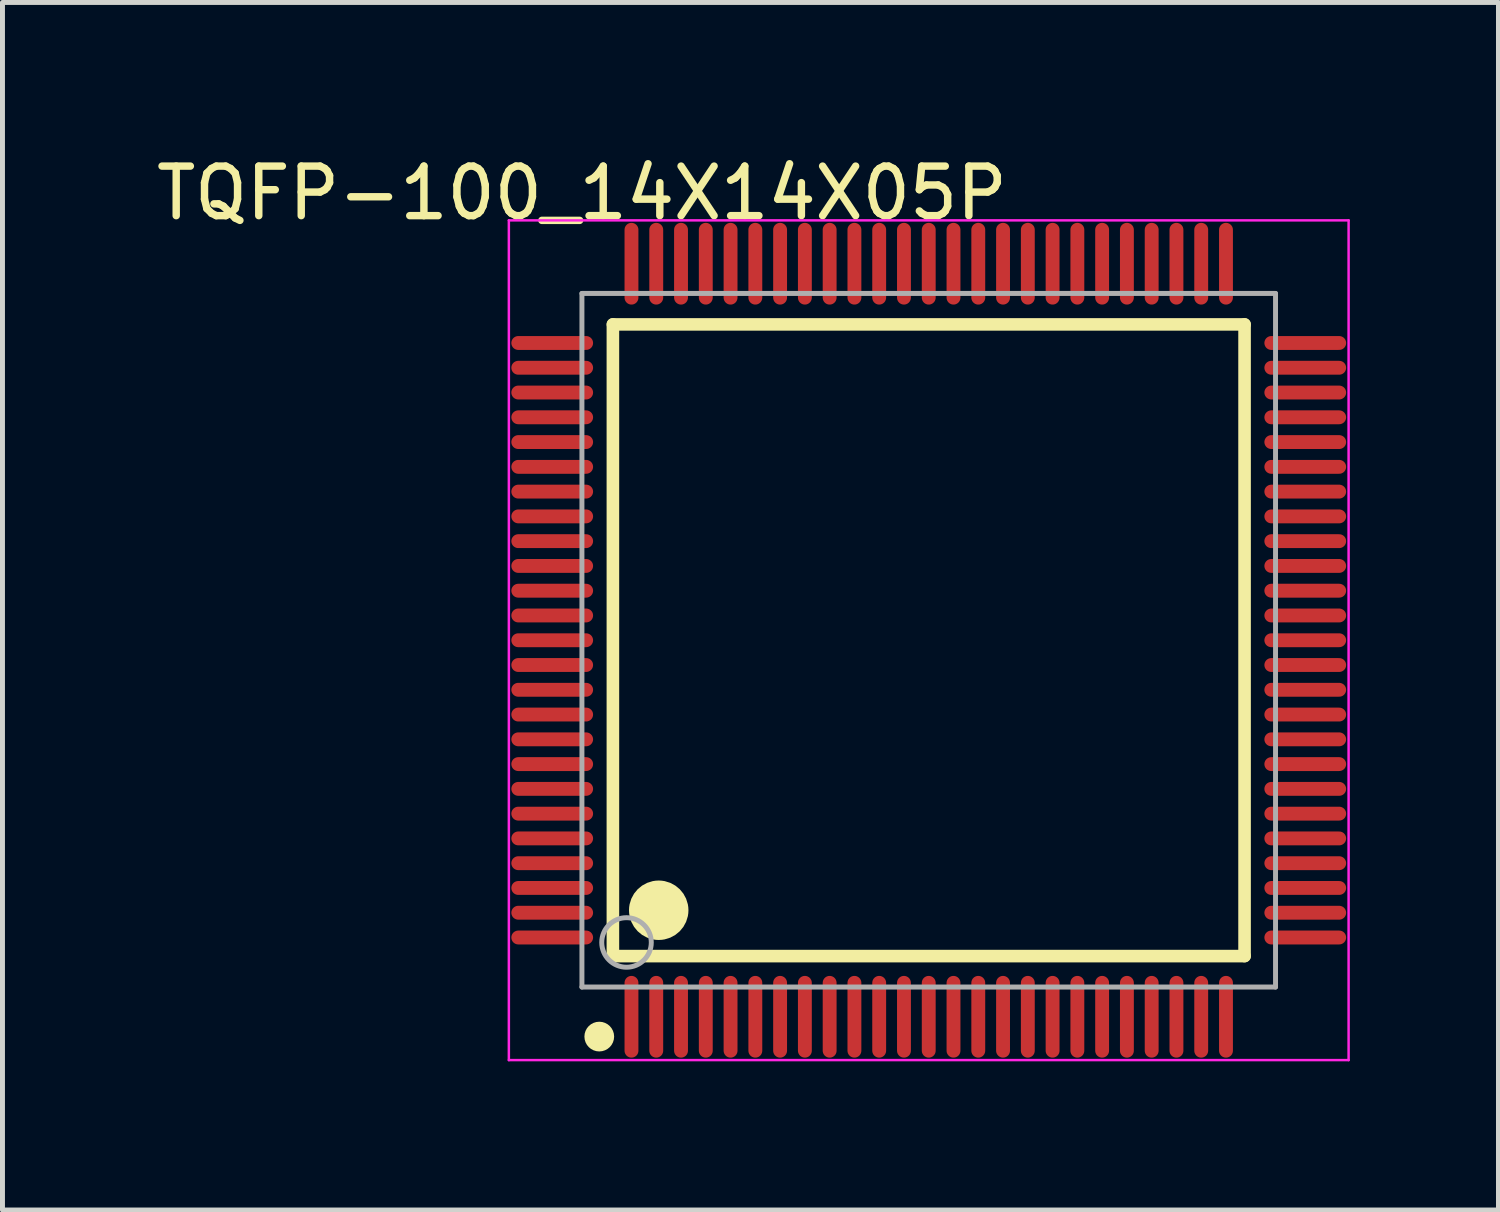
<source format=kicad_pcb>
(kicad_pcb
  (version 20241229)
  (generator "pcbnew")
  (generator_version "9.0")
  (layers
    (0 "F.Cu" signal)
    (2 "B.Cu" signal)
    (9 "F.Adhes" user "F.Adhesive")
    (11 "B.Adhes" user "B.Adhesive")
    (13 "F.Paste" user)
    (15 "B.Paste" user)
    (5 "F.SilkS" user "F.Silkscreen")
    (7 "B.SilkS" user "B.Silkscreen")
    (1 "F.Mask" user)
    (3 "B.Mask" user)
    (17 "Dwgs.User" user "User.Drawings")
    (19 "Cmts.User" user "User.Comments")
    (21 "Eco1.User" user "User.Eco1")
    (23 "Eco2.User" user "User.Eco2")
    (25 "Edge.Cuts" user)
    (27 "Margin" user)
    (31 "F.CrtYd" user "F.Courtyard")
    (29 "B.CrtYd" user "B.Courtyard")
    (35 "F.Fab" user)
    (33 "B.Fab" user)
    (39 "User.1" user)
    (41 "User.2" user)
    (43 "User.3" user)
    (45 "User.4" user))
  (footprint "TQFP-100_14X14X05P"
    (layer "F.Cu")
    (at 15.696 9.873)
    (property "Reference" "TQFP-100_14X14X05P" (at -6.999 -9.025 0) (layer "F.SilkS") (effects (font (size 1 1) (thickness 0.15))))
    (attr through_hole)
    (fp_line (start -6.375 -6.375) (end 6.375 -6.375) (stroke (width 0.254) (type solid)) (layer "F.SilkS"))
    (fp_line (start -6.375 6.375) (end -6.375 -6.375) (stroke (width 0.254) (type solid)) (layer "F.SilkS"))
    (fp_line (start -6.375 6.375) (end 6.375 6.375) (stroke (width 0.254) (type solid)) (layer "F.SilkS"))
    (fp_line (start 6.375 6.375) (end 6.375 -6.375) (stroke (width 0.254) (type solid)) (layer "F.SilkS"))
    (fp_circle (center -6.65 8) (end -6.5 8) (stroke (width 0.3) (type solid)) (fill no) (layer "F.SilkS"))
    (fp_circle (center -5.45 5.45) (end -5.15 5.45) (stroke (width 0.6) (type solid)) (fill no) (layer "F.SilkS"))
    (fp_line (start -8.475 -8.475) (end 8.475 -8.475) (stroke (width 0.05) (type solid)) (layer "F.CrtYd"))
    (fp_line (start -8.475 8.475) (end -8.475 -8.475) (stroke (width 0.05) (type solid)) (layer "F.CrtYd"))
    (fp_line (start 8.475 -8.475) (end 8.475 8.475) (stroke (width 0.05) (type solid)) (layer "F.CrtYd"))
    (fp_line (start 8.475 8.475) (end -8.475 8.475) (stroke (width 0.05) (type solid)) (layer "F.CrtYd"))
    (fp_line (start -7 -7) (end 7 -7) (stroke (width 0.1) (type solid)) (layer "F.Fab"))
    (fp_line (start -7 7) (end -7 -7) (stroke (width 0.1) (type solid)) (layer "F.Fab"))
    (fp_line (start -7 7) (end 7 7) (stroke (width 0.1) (type solid)) (layer "F.Fab"))
    (fp_line (start 7 7) (end 7 -7) (stroke (width 0.1) (type solid)) (layer "F.Fab"))
    (fp_circle (center -6.1 6.1) (end -5.6 6.1) (stroke (width 0.1) (type solid)) (fill no) (layer "F.Fab"))
    (pad "1" smd oval (at -6 7.6 180) (size 0.28 1.65) (layers "F.Cu" "F.Mask" "F.Paste"))
    (pad "2" smd oval (at -5.5 7.6 180) (size 0.28 1.65) (layers "F.Cu" "F.Mask" "F.Paste"))
    (pad "3" smd oval (at -5 7.6 180) (size 0.28 1.65) (layers "F.Cu" "F.Mask" "F.Paste"))
    (pad "4" smd oval (at -4.5 7.6 180) (size 0.28 1.65) (layers "F.Cu" "F.Mask" "F.Paste"))
    (pad "5" smd oval (at -4 7.6 180) (size 0.28 1.65) (layers "F.Cu" "F.Mask" "F.Paste"))
    (pad "6" smd oval (at -3.5 7.6 180) (size 0.28 1.65) (layers "F.Cu" "F.Mask" "F.Paste"))
    (pad "7" smd oval (at -3 7.6 180) (size 0.28 1.65) (layers "F.Cu" "F.Mask" "F.Paste"))
    (pad "8" smd oval (at -2.5 7.6 180) (size 0.28 1.65) (layers "F.Cu" "F.Mask" "F.Paste"))
    (pad "9" smd oval (at -2 7.6 180) (size 0.28 1.65) (layers "F.Cu" "F.Mask" "F.Paste"))
    (pad "10" smd oval (at -1.5 7.6 180) (size 0.28 1.65) (layers "F.Cu" "F.Mask" "F.Paste"))
    (pad "11" smd oval (at -1 7.6 180) (size 0.28 1.65) (layers "F.Cu" "F.Mask" "F.Paste"))
    (pad "12" smd oval (at -0.5 7.6 180) (size 0.28 1.65) (layers "F.Cu" "F.Mask" "F.Paste"))
    (pad "13" smd oval (at 0 7.6 180) (size 0.28 1.65) (layers "F.Cu" "F.Mask" "F.Paste"))
    (pad "14" smd oval (at 0.5 7.6 180) (size 0.28 1.65) (layers "F.Cu" "F.Mask" "F.Paste"))
    (pad "15" smd oval (at 1 7.6 180) (size 0.28 1.65) (layers "F.Cu" "F.Mask" "F.Paste"))
    (pad "16" smd oval (at 1.5 7.6 180) (size 0.28 1.65) (layers "F.Cu" "F.Mask" "F.Paste"))
    (pad "17" smd oval (at 2 7.6 180) (size 0.28 1.65) (layers "F.Cu" "F.Mask" "F.Paste"))
    (pad "18" smd oval (at 2.5 7.6 180) (size 0.28 1.65) (layers "F.Cu" "F.Mask" "F.Paste"))
    (pad "19" smd oval (at 3 7.6 180) (size 0.28 1.65) (layers "F.Cu" "F.Mask" "F.Paste"))
    (pad "20" smd oval (at 3.5 7.6 180) (size 0.28 1.65) (layers "F.Cu" "F.Mask" "F.Paste"))
    (pad "21" smd oval (at 4 7.6 180) (size 0.28 1.65) (layers "F.Cu" "F.Mask" "F.Paste"))
    (pad "22" smd oval (at 4.5 7.6 180) (size 0.28 1.65) (layers "F.Cu" "F.Mask" "F.Paste"))
    (pad "23" smd oval (at 5 7.6 180) (size 0.28 1.65) (layers "F.Cu" "F.Mask" "F.Paste"))
    (pad "24" smd oval (at 5.5 7.6 180) (size 0.28 1.65) (layers "F.Cu" "F.Mask" "F.Paste"))
    (pad "25" smd oval (at 6 7.6 180) (size 0.28 1.65) (layers "F.Cu" "F.Mask" "F.Paste"))
    (pad "26" smd oval (at 7.6 6 90) (size 0.28 1.65) (layers "F.Cu" "F.Mask" "F.Paste"))
    (pad "27" smd oval (at 7.6 5.5 90) (size 0.28 1.65) (layers "F.Cu" "F.Mask" "F.Paste"))
    (pad "28" smd oval (at 7.6 5 90) (size 0.28 1.65) (layers "F.Cu" "F.Mask" "F.Paste"))
    (pad "29" smd oval (at 7.6 4.5 90) (size 0.28 1.65) (layers "F.Cu" "F.Mask" "F.Paste"))
    (pad "30" smd oval (at 7.6 4 90) (size 0.28 1.65) (layers "F.Cu" "F.Mask" "F.Paste"))
    (pad "31" smd oval (at 7.6 3.5 90) (size 0.28 1.65) (layers "F.Cu" "F.Mask" "F.Paste"))
    (pad "32" smd oval (at 7.6 3 90) (size 0.28 1.65) (layers "F.Cu" "F.Mask" "F.Paste"))
    (pad "33" smd oval (at 7.6 2.5 90) (size 0.28 1.65) (layers "F.Cu" "F.Mask" "F.Paste"))
    (pad "34" smd oval (at 7.6 2 90) (size 0.28 1.65) (layers "F.Cu" "F.Mask" "F.Paste"))
    (pad "35" smd oval (at 7.6 1.5 90) (size 0.28 1.65) (layers "F.Cu" "F.Mask" "F.Paste"))
    (pad "36" smd oval (at 7.6 1 90) (size 0.28 1.65) (layers "F.Cu" "F.Mask" "F.Paste"))
    (pad "37" smd oval (at 7.6 0.5 90) (size 0.28 1.65) (layers "F.Cu" "F.Mask" "F.Paste"))
    (pad "38" smd oval (at 7.6 0 90) (size 0.28 1.65) (layers "F.Cu" "F.Mask" "F.Paste"))
    (pad "39" smd oval (at 7.6 -0.5 90) (size 0.28 1.65) (layers "F.Cu" "F.Mask" "F.Paste"))
    (pad "40" smd oval (at 7.6 -1 90) (size 0.28 1.65) (layers "F.Cu" "F.Mask" "F.Paste"))
    (pad "41" smd oval (at 7.6 -1.5 90) (size 0.28 1.65) (layers "F.Cu" "F.Mask" "F.Paste"))
    (pad "42" smd oval (at 7.6 -2 90) (size 0.28 1.65) (layers "F.Cu" "F.Mask" "F.Paste"))
    (pad "43" smd oval (at 7.6 -2.5 90) (size 0.28 1.65) (layers "F.Cu" "F.Mask" "F.Paste"))
    (pad "44" smd oval (at 7.6 -3 90) (size 0.28 1.65) (layers "F.Cu" "F.Mask" "F.Paste"))
    (pad "45" smd oval (at 7.6 -3.5 90) (size 0.28 1.65) (layers "F.Cu" "F.Mask" "F.Paste"))
    (pad "46" smd oval (at 7.6 -4 90) (size 0.28 1.65) (layers "F.Cu" "F.Mask" "F.Paste"))
    (pad "47" smd oval (at 7.6 -4.5 90) (size 0.28 1.65) (layers "F.Cu" "F.Mask" "F.Paste"))
    (pad "48" smd oval (at 7.6 -5 90) (size 0.28 1.65) (layers "F.Cu" "F.Mask" "F.Paste"))
    (pad "49" smd oval (at 7.6 -5.5 90) (size 0.28 1.65) (layers "F.Cu" "F.Mask" "F.Paste"))
    (pad "50" smd oval (at 7.6 -6 90) (size 0.28 1.65) (layers "F.Cu" "F.Mask" "F.Paste"))
    (pad "51" smd oval (at 6 -7.6 180) (size 0.28 1.65) (layers "F.Cu" "F.Mask" "F.Paste"))
    (pad "52" smd oval (at 5.5 -7.6 180) (size 0.28 1.65) (layers "F.Cu" "F.Mask" "F.Paste"))
    (pad "53" smd oval (at 5 -7.6 180) (size 0.28 1.65) (layers "F.Cu" "F.Mask" "F.Paste"))
    (pad "54" smd oval (at 4.5 -7.6 180) (size 0.28 1.65) (layers "F.Cu" "F.Mask" "F.Paste"))
    (pad "55" smd oval (at 4 -7.6 180) (size 0.28 1.65) (layers "F.Cu" "F.Mask" "F.Paste"))
    (pad "56" smd oval (at 3.5 -7.6 180) (size 0.28 1.65) (layers "F.Cu" "F.Mask" "F.Paste"))
    (pad "57" smd oval (at 3 -7.6 180) (size 0.28 1.65) (layers "F.Cu" "F.Mask" "F.Paste"))
    (pad "58" smd oval (at 2.5 -7.6 180) (size 0.28 1.65) (layers "F.Cu" "F.Mask" "F.Paste"))
    (pad "59" smd oval (at 2 -7.6 180) (size 0.28 1.65) (layers "F.Cu" "F.Mask" "F.Paste"))
    (pad "60" smd oval (at 1.5 -7.6 180) (size 0.28 1.65) (layers "F.Cu" "F.Mask" "F.Paste"))
    (pad "61" smd oval (at 1 -7.6 180) (size 0.28 1.65) (layers "F.Cu" "F.Mask" "F.Paste"))
    (pad "62" smd oval (at 0.5 -7.6 180) (size 0.28 1.65) (layers "F.Cu" "F.Mask" "F.Paste"))
    (pad "63" smd oval (at 0 -7.6 180) (size 0.28 1.65) (layers "F.Cu" "F.Mask" "F.Paste"))
    (pad "64" smd oval (at -0.5 -7.6 180) (size 0.28 1.65) (layers "F.Cu" "F.Mask" "F.Paste"))
    (pad "65" smd oval (at -1 -7.6 180) (size 0.28 1.65) (layers "F.Cu" "F.Mask" "F.Paste"))
    (pad "66" smd oval (at -1.5 -7.6 180) (size 0.28 1.65) (layers "F.Cu" "F.Mask" "F.Paste"))
    (pad "67" smd oval (at -2 -7.6 180) (size 0.28 1.65) (layers "F.Cu" "F.Mask" "F.Paste"))
    (pad "68" smd oval (at -2.5 -7.6 180) (size 0.28 1.65) (layers "F.Cu" "F.Mask" "F.Paste"))
    (pad "69" smd oval (at -3 -7.6 180) (size 0.28 1.65) (layers "F.Cu" "F.Mask" "F.Paste"))
    (pad "70" smd oval (at -3.5 -7.6 180) (size 0.28 1.65) (layers "F.Cu" "F.Mask" "F.Paste"))
    (pad "71" smd oval (at -4 -7.6 180) (size 0.28 1.65) (layers "F.Cu" "F.Mask" "F.Paste"))
    (pad "72" smd oval (at -4.5 -7.6 180) (size 0.28 1.65) (layers "F.Cu" "F.Mask" "F.Paste"))
    (pad "73" smd oval (at -5 -7.6 180) (size 0.28 1.65) (layers "F.Cu" "F.Mask" "F.Paste"))
    (pad "74" smd oval (at -5.5 -7.6 180) (size 0.28 1.65) (layers "F.Cu" "F.Mask" "F.Paste"))
    (pad "75" smd oval (at -6 -7.6 180) (size 0.28 1.65) (layers "F.Cu" "F.Mask" "F.Paste"))
    (pad "76" smd oval (at -7.6 -6 90) (size 0.28 1.65) (layers "F.Cu" "F.Mask" "F.Paste"))
    (pad "77" smd oval (at -7.6 -5.5 90) (size 0.28 1.65) (layers "F.Cu" "F.Mask" "F.Paste"))
    (pad "78" smd oval (at -7.6 -5 90) (size 0.28 1.65) (layers "F.Cu" "F.Mask" "F.Paste"))
    (pad "79" smd oval (at -7.6 -4.5 90) (size 0.28 1.65) (layers "F.Cu" "F.Mask" "F.Paste"))
    (pad "80" smd oval (at -7.6 -4 90) (size 0.28 1.65) (layers "F.Cu" "F.Mask" "F.Paste"))
    (pad "81" smd oval (at -7.6 -3.5 90) (size 0.28 1.65) (layers "F.Cu" "F.Mask" "F.Paste"))
    (pad "82" smd oval (at -7.6 -3 90) (size 0.28 1.65) (layers "F.Cu" "F.Mask" "F.Paste"))
    (pad "83" smd oval (at -7.6 -2.5 90) (size 0.28 1.65) (layers "F.Cu" "F.Mask" "F.Paste"))
    (pad "84" smd oval (at -7.6 -2 90) (size 0.28 1.65) (layers "F.Cu" "F.Mask" "F.Paste"))
    (pad "85" smd oval (at -7.6 -1.5 90) (size 0.28 1.65) (layers "F.Cu" "F.Mask" "F.Paste"))
    (pad "86" smd oval (at -7.6 -1 90) (size 0.28 1.65) (layers "F.Cu" "F.Mask" "F.Paste"))
    (pad "87" smd oval (at -7.6 -0.5 90) (size 0.28 1.65) (layers "F.Cu" "F.Mask" "F.Paste"))
    (pad "88" smd oval (at -7.6 0 90) (size 0.28 1.65) (layers "F.Cu" "F.Mask" "F.Paste"))
    (pad "89" smd oval (at -7.6 0.5 90) (size 0.28 1.65) (layers "F.Cu" "F.Mask" "F.Paste"))
    (pad "90" smd oval (at -7.6 1 90) (size 0.28 1.65) (layers "F.Cu" "F.Mask" "F.Paste"))
    (pad "91" smd oval (at -7.6 1.5 90) (size 0.28 1.65) (layers "F.Cu" "F.Mask" "F.Paste"))
    (pad "92" smd oval (at -7.6 2 90) (size 0.28 1.65) (layers "F.Cu" "F.Mask" "F.Paste"))
    (pad "93" smd oval (at -7.6 2.5 90) (size 0.28 1.65) (layers "F.Cu" "F.Mask" "F.Paste"))
    (pad "94" smd oval (at -7.6 3 90) (size 0.28 1.65) (layers "F.Cu" "F.Mask" "F.Paste"))
    (pad "95" smd oval (at -7.6 3.5 90) (size 0.28 1.65) (layers "F.Cu" "F.Mask" "F.Paste"))
    (pad "96" smd oval (at -7.6 4 90) (size 0.28 1.65) (layers "F.Cu" "F.Mask" "F.Paste"))
    (pad "97" smd oval (at -7.6 4.5 90) (size 0.28 1.65) (layers "F.Cu" "F.Mask" "F.Paste"))
    (pad "98" smd oval (at -7.6 5 90) (size 0.28 1.65) (layers "F.Cu" "F.Mask" "F.Paste"))
    (pad "99" smd oval (at -7.6 5.5 90) (size 0.28 1.65) (layers "F.Cu" "F.Mask" "F.Paste"))
    (pad "100" smd oval (at -7.6 6 90) (size 0.28 1.65) (layers "F.Cu" "F.Mask" "F.Paste")))
  (gr_rect
    (start -3 -3)
    (end 27.196 21.373)
    (stroke (width 0.1) (type default))
    (fill no)
    (layer "Edge.Cuts")))
</source>
